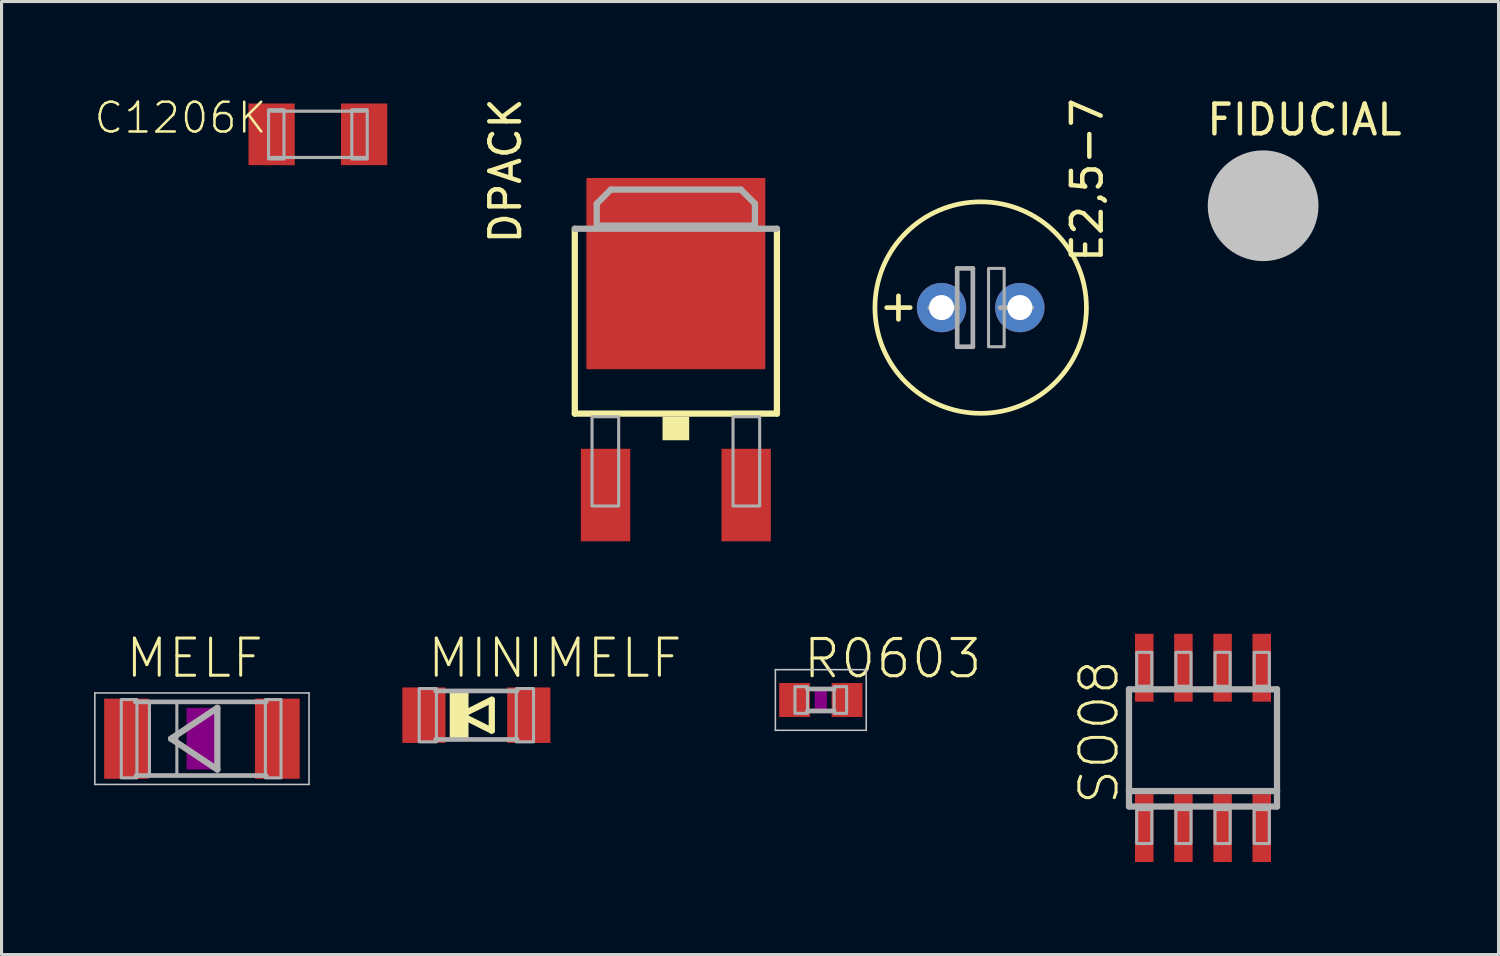
<source format=kicad_pcb>
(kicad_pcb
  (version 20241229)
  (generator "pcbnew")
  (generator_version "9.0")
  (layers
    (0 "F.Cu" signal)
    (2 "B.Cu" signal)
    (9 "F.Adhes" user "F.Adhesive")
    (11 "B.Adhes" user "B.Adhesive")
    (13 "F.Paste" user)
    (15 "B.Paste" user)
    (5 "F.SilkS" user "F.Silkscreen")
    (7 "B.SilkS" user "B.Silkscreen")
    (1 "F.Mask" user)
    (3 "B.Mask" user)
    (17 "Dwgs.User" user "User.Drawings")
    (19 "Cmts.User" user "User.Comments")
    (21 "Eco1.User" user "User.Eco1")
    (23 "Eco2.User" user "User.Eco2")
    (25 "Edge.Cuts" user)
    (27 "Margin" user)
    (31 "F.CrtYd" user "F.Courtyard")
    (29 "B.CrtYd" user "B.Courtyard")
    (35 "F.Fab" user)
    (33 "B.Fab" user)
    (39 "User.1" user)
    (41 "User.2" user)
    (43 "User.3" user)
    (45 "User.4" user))
  (footprint "R0603"
    (layer "F.Cu")
    (at 23.566 19.649)
    (property "Reference" "R0603" (at -0.635 -0.635 0) (layer "F.SilkS") (effects (font (size 1.206 1.206) (thickness 0.102)) (justify left bottom)))
    (attr through_hole)
    (fp_poly (pts (xy -0.2 0.4) (xy 0.2 0.4) (xy 0.2 -0.4) (xy -0.2 -0.4)) (stroke (width 0) (type solid)) (fill yes) (layer "F.Adhes"))
    (fp_line (start -1.473 -0.983) (end 1.473 -0.983) (stroke (width 0.051) (type solid)) (layer "Dwgs.User"))
    (fp_line (start -1.473 0.983) (end -1.473 -0.983) (stroke (width 0.051) (type solid)) (layer "Dwgs.User"))
    (fp_line (start 1.473 -0.983) (end 1.473 0.983) (stroke (width 0.051) (type solid)) (layer "Dwgs.User"))
    (fp_line (start 1.473 0.983) (end -1.473 0.983) (stroke (width 0.051) (type solid)) (layer "Dwgs.User"))
    (fp_line (start -0.432 0.356) (end 0.432 0.356) (stroke (width 0.152) (type solid)) (layer "F.Fab"))
    (fp_line (start 0.432 -0.356) (end -0.432 -0.356) (stroke (width 0.152) (type solid)) (layer "F.Fab"))
    (fp_poly (pts (xy -0.838 0.432) (xy -0.432 0.432) (xy -0.432 -0.432) (xy -0.838 -0.432)) (stroke (width 0.1) (type solid)) (fill no) (layer "F.Fab"))
    (fp_poly (pts (xy 0.432 0.432) (xy 0.838 0.432) (xy 0.838 -0.432) (xy 0.432 -0.432)) (stroke (width 0.1) (type solid)) (fill no) (layer "F.Fab"))
    (pad "1" smd rect (at -0.85 0) (size 1 1.1) (layers "F.Cu" "F.Mask" "F.Paste"))
    (pad "2" smd rect (at 0.85 0) (size 1 1.1) (layers "F.Cu" "F.Mask" "F.Paste")))
  (footprint "DPACK"
    (layer "F.Cu")
    (at 18.866 8.203)
    (property "Reference" "DPACK" (at -4.959 -3.273 270) (layer "F.SilkS") (effects (font (size 0.965 0.965) (thickness 0.145)) (justify left bottom)))
    (attr through_hole)
    (fp_line (start -3.277 2.159) (end -3.277 -3.835) (stroke (width 0.203) (type solid)) (layer "F.SilkS"))
    (fp_line (start 3.277 -3.835) (end 3.277 2.159) (stroke (width 0.203) (type solid)) (layer "F.SilkS"))
    (fp_line (start 3.277 2.159) (end -3.277 2.159) (stroke (width 0.203) (type solid)) (layer "F.SilkS"))
    (fp_poly (pts (xy -0.432 3.023) (xy 0.432 3.023) (xy 0.432 2.261) (xy -0.432 2.261)) (stroke (width 0) (type solid)) (fill yes) (layer "F.SilkS"))
    (fp_line (start -3.277 -3.835) (end 3.277 -3.835) (stroke (width 0.203) (type solid)) (layer "F.Fab"))
    (fp_line (start -2.565 -4.648) (end -2.108 -5.105) (stroke (width 0.203) (type solid)) (layer "F.Fab"))
    (fp_line (start -2.565 -3.937) (end -2.565 -4.648) (stroke (width 0.203) (type solid)) (layer "F.Fab"))
    (fp_line (start -2.108 -5.105) (end 2.108 -5.105) (stroke (width 0.203) (type solid)) (layer "F.Fab"))
    (fp_line (start 2.108 -5.105) (end 2.565 -4.648) (stroke (width 0.203) (type solid)) (layer "F.Fab"))
    (fp_line (start 2.565 -4.648) (end 2.565 -3.937) (stroke (width 0.203) (type solid)) (layer "F.Fab"))
    (fp_line (start 2.565 -3.937) (end -2.565 -3.937) (stroke (width 0.203) (type solid)) (layer "F.Fab"))
    (fp_poly (pts (xy -2.718 5.156) (xy -1.854 5.156) (xy -1.854 2.261) (xy -2.718 2.261)) (stroke (width 0.1) (type solid)) (fill no) (layer "F.Fab"))
    (fp_poly (pts (xy 1.854 5.156) (xy 2.718 5.156) (xy 2.718 2.261) (xy 1.854 2.261)) (stroke (width 0.1) (type solid)) (fill no) (layer "F.Fab"))
    (fp_poly (pts (xy -2.565 -3.937) (xy -2.565 -4.648) (xy -2.108 -5.105) (xy 2.108 -5.105) (xy 2.565 -4.648) (xy 2.565 -3.937)) (stroke (width 0.1) (type solid)) (fill no) (layer "F.Fab"))
    (pad "1" smd rect (at -2.28 4.8) (size 1.6 3) (layers "F.Cu" "F.Mask" "F.Paste"))
    (pad "3" smd rect (at 2.28 4.8) (size 1.6 3) (layers "F.Cu" "F.Mask" "F.Paste"))
    (pad "4" smd rect (at 0 -2.38) (size 5.8 6.2) (layers "F.Cu" "F.Mask" "F.Paste")))
  (footprint "FIDUCIAL"
    (layer "F.Cu")
    (at 37.91 3.622)
    (property "Reference" "FIDUCIAL" (at -1.905 -2.223 0) (layer "F.SilkS") (effects (font (size 0.965 0.965) (thickness 0.145)) (justify left bottom)))
    (attr through_hole)
    (fp_circle (center 0 0) (end 0.898 0) (stroke (width 1.796) (type solid)) (fill no) (layer "F.Mask"))
    (fp_circle (center 0 0) (end 0.898 0) (stroke (width 1.796) (type solid)) (fill no) (layer "Dwgs.User"))
    (pad "P$1" smd roundrect (at 0 0) (size 1.5 1.5) (layers "F.Cu" "F.Mask") (roundrect_rratio 0.5)))
  (footprint "MINIMELF"
    (layer "F.Cu")
    (at 12.397 20.142)
    (property "Reference" "MINIMELF" (at -1.651 -1.143 0) (layer "F.SilkS") (effects (font (size 1.206 1.206) (thickness 0.097)) (justify left bottom)))
    (attr through_hole)
    (fp_line (start -0.5 0) (end 0.5 0.5) (stroke (width 0.203) (type solid)) (layer "F.SilkS"))
    (fp_line (start 0.5 -0.5) (end -0.5 0) (stroke (width 0.203) (type solid)) (layer "F.SilkS"))
    (fp_line (start 0.5 0.5) (end 0.5 -0.5) (stroke (width 0.203) (type solid)) (layer "F.SilkS"))
    (fp_poly (pts (xy -0.864 0.787) (xy -0.254 0.787) (xy -0.254 -0.787) (xy -0.864 -0.787)) (stroke (width 0) (type solid)) (fill yes) (layer "F.SilkS"))
    (fp_line (start 1.321 -0.787) (end -1.321 -0.787) (stroke (width 0.152) (type solid)) (layer "F.Fab"))
    (fp_line (start 1.321 0.787) (end -1.321 0.787) (stroke (width 0.152) (type solid)) (layer "F.Fab"))
    (fp_poly (pts (xy -1.854 0.864) (xy -1.295 0.864) (xy -1.295 -0.864) (xy -1.854 -0.864)) (stroke (width 0.1) (type solid)) (fill no) (layer "F.Fab"))
    (fp_poly (pts (xy 1.295 0.864) (xy 1.854 0.864) (xy 1.854 -0.864) (xy 1.295 -0.864)) (stroke (width 0.1) (type solid)) (fill no) (layer "F.Fab"))
    (pad "A" smd rect (at 1.7 0) (size 1.4 1.8) (layers "F.Cu" "F.Mask" "F.Paste"))
    (pad "C" smd rect (at -1.7 0) (size 1.4 1.8) (layers "F.Cu" "F.Mask" "F.Paste")))
  (footprint "C1206K"
    (layer "F.Cu")
    (at 7.258 1.306)
    (property "Reference" "C1206K" (at -1.6 -1.1 0) (layer "F.SilkS") (effects (font (size 0.965 0.965) (thickness 0.081)) (justify right top)))
    (attr through_hole)
    (fp_line (start -1.525 -0.75) (end 1.525 -0.75) (stroke (width 0.102) (type solid)) (layer "F.Fab"))
    (fp_line (start 1.525 0.75) (end -1.525 0.75) (stroke (width 0.102) (type solid)) (layer "F.Fab"))
    (fp_poly (pts (xy -1.6 0.8) (xy -1.1 0.8) (xy -1.1 -0.8) (xy -1.6 -0.8)) (stroke (width 0.1) (type solid)) (fill no) (layer "F.Fab"))
    (fp_poly (pts (xy 1.1 0.8) (xy 1.6 0.8) (xy 1.6 -0.8) (xy 1.1 -0.8)) (stroke (width 0.1) (type solid)) (fill no) (layer "F.Fab"))
    (pad "1" smd rect (at -1.5 0) (size 1.5 2) (layers "F.Cu" "F.Mask" "F.Paste"))
    (pad "2" smd rect (at 1.5 0) (size 1.5 2) (layers "F.Cu" "F.Mask" "F.Paste")))
  (footprint "SO08"
    (layer "F.Cu")
    (at 35.96 21.203)
    (property "Reference" "SO08" (at -2.667 1.905 270) (layer "F.SilkS") (effects (font (size 1.206 1.206) (thickness 0.097)) (justify left bottom)))
    (attr through_hole)
    (fp_line (start -2.4 -1.9) (end 2.4 -1.9) (stroke (width 0.203) (type solid)) (layer "F.Fab"))
    (fp_line (start -2.4 1.4) (end -2.4 -1.9) (stroke (width 0.203) (type solid)) (layer "F.Fab"))
    (fp_line (start -2.4 1.9) (end -2.4 1.4) (stroke (width 0.203) (type solid)) (layer "F.Fab"))
    (fp_line (start 2.4 -1.9) (end 2.4 1.4) (stroke (width 0.203) (type solid)) (layer "F.Fab"))
    (fp_line (start 2.4 1.4) (end -2.4 1.4) (stroke (width 0.203) (type solid)) (layer "F.Fab"))
    (fp_line (start 2.4 1.4) (end 2.4 1.9) (stroke (width 0.203) (type solid)) (layer "F.Fab"))
    (fp_line (start 2.4 1.9) (end -2.4 1.9) (stroke (width 0.203) (type solid)) (layer "F.Fab"))
    (fp_poly (pts (xy -2.15 -2) (xy -1.66 -2) (xy -1.66 -3.1) (xy -2.15 -3.1)) (stroke (width 0.1) (type solid)) (fill no) (layer "F.Fab"))
    (fp_poly (pts (xy -2.15 3.1) (xy -1.66 3.1) (xy -1.66 2) (xy -2.15 2)) (stroke (width 0.1) (type solid)) (fill no) (layer "F.Fab"))
    (fp_poly (pts (xy -0.88 -2) (xy -0.39 -2) (xy -0.39 -3.1) (xy -0.88 -3.1)) (stroke (width 0.1) (type solid)) (fill no) (layer "F.Fab"))
    (fp_poly (pts (xy -0.88 3.1) (xy -0.39 3.1) (xy -0.39 2) (xy -0.88 2)) (stroke (width 0.1) (type solid)) (fill no) (layer "F.Fab"))
    (fp_poly (pts (xy 0.39 -2) (xy 0.88 -2) (xy 0.88 -3.1) (xy 0.39 -3.1)) (stroke (width 0.1) (type solid)) (fill no) (layer "F.Fab"))
    (fp_poly (pts (xy 0.39 3.1) (xy 0.88 3.1) (xy 0.88 2) (xy 0.39 2)) (stroke (width 0.1) (type solid)) (fill no) (layer "F.Fab"))
    (fp_poly (pts (xy 1.66 -2) (xy 2.15 -2) (xy 2.15 -3.1) (xy 1.66 -3.1)) (stroke (width 0.1) (type solid)) (fill no) (layer "F.Fab"))
    (fp_poly (pts (xy 1.66 3.1) (xy 2.15 3.1) (xy 2.15 2) (xy 1.66 2)) (stroke (width 0.1) (type solid)) (fill no) (layer "F.Fab"))
    (pad "1" smd rect (at -1.905 2.6) (size 0.6 2.2) (layers "F.Cu" "F.Mask" "F.Paste"))
    (pad "2" smd rect (at -0.635 2.6) (size 0.6 2.2) (layers "F.Cu" "F.Mask" "F.Paste"))
    (pad "3" smd rect (at 0.635 2.6) (size 0.6 2.2) (layers "F.Cu" "F.Mask" "F.Paste"))
    (pad "4" smd rect (at 1.905 2.6) (size 0.6 2.2) (layers "F.Cu" "F.Mask" "F.Paste"))
    (pad "5" smd rect (at 1.905 -2.6) (size 0.6 2.2) (layers "F.Cu" "F.Mask" "F.Paste"))
    (pad "6" smd rect (at 0.635 -2.6) (size 0.6 2.2) (layers "F.Cu" "F.Mask" "F.Paste"))
    (pad "7" smd rect (at -0.635 -2.6) (size 0.6 2.2) (layers "F.Cu" "F.Mask" "F.Paste"))
    (pad "8" smd rect (at -1.905 -2.6) (size 0.6 2.2) (layers "F.Cu" "F.Mask" "F.Paste")))
  (footprint "MELF"
    (layer "F.Cu")
    (at 3.498 20.904)
    (property "Reference" "MELF" (at -2.54 -1.905 180) (layer "F.SilkS") (effects (font (size 1.206 1.206) (thickness 0.097)) (justify left bottom)))
    (attr through_hole)
    (fp_poly (pts (xy -0.5 1) (xy 0.5 1) (xy 0.5 -1) (xy -0.5 -1)) (stroke (width 0) (type solid)) (fill yes) (layer "F.Adhes"))
    (fp_line (start -3.473 -1.483) (end 3.473 -1.483) (stroke (width 0.051) (type solid)) (layer "Dwgs.User"))
    (fp_line (start -3.473 1.483) (end -3.473 -1.483) (stroke (width 0.051) (type solid)) (layer "Dwgs.User"))
    (fp_line (start 3.473 -1.483) (end 3.473 1.483) (stroke (width 0.051) (type solid)) (layer "Dwgs.User"))
    (fp_line (start 3.473 1.483) (end -3.473 1.483) (stroke (width 0.051) (type solid)) (layer "Dwgs.User"))
    (fp_line (start -1 0) (end 0.5 1) (stroke (width 0.203) (type solid)) (layer "F.Fab"))
    (fp_line (start 0.5 -1) (end -1 0) (stroke (width 0.203) (type solid)) (layer "F.Fab"))
    (fp_line (start 0.5 1) (end 0.5 -1) (stroke (width 0.203) (type solid)) (layer "F.Fab"))
    (fp_line (start 2.083 -1.194) (end -2.159 -1.194) (stroke (width 0.152) (type solid)) (layer "F.Fab"))
    (fp_line (start 2.083 1.194) (end -2.134 1.194) (stroke (width 0.152) (type solid)) (layer "F.Fab"))
    (fp_poly (pts (xy -2.616 1.27) (xy -2.108 1.27) (xy -2.108 -1.27) (xy -2.616 -1.27)) (stroke (width 0.1) (type solid)) (fill no) (layer "F.Fab"))
    (fp_poly (pts (xy -1.702 1.194) (xy -0.813 1.194) (xy -0.813 -1.194) (xy -1.702 -1.194)) (stroke (width 0.1) (type solid)) (fill no) (layer "F.Fab"))
    (fp_poly (pts (xy 2.057 1.27) (xy 2.565 1.27) (xy 2.565 -1.27) (xy 2.057 -1.27)) (stroke (width 0.1) (type solid)) (fill no) (layer "F.Fab"))
    (pad "1" smd rect (at -2.445 0) (size 1.45 2.6) (layers "F.Cu" "F.Mask" "F.Paste"))
    (pad "2" smd rect (at 2.445 0) (size 1.45 2.6) (layers "F.Cu" "F.Mask" "F.Paste")))
  (footprint "E2,5-7"
    (layer "F.Cu")
    (at 28.751 6.924)
    (property "Reference" "E2,5-7" (at 4.016 -1.397 90) (layer "F.SilkS") (effects (font (size 0.965 0.965) (thickness 0.145)) (justify left bottom)))
    (attr through_hole)
    (fp_line (start -3.048 0) (end -2.286 0) (stroke (width 0.152) (type solid)) (layer "F.SilkS"))
    (fp_line (start -2.667 0.381) (end -2.667 -0.381) (stroke (width 0.152) (type solid)) (layer "F.SilkS"))
    (fp_circle (center 0 0) (end 3.429 0) (stroke (width 0.152) (type solid)) (fill no) (layer "F.SilkS"))
    (fp_line (start -1.651 0) (end -0.762 0) (stroke (width 0.152) (type solid)) (layer "F.Fab"))
    (fp_line (start -0.762 -1.27) (end -0.762 0) (stroke (width 0.152) (type solid)) (layer "F.Fab"))
    (fp_line (start -0.762 0) (end -0.762 1.27) (stroke (width 0.152) (type solid)) (layer "F.Fab"))
    (fp_line (start -0.762 1.27) (end -0.254 1.27) (stroke (width 0.152) (type solid)) (layer "F.Fab"))
    (fp_line (start -0.254 -1.27) (end -0.762 -1.27) (stroke (width 0.152) (type solid)) (layer "F.Fab"))
    (fp_line (start -0.254 1.27) (end -0.254 -1.27) (stroke (width 0.152) (type solid)) (layer "F.Fab"))
    (fp_line (start 0.635 0) (end 1.651 0) (stroke (width 0.152) (type solid)) (layer "F.Fab"))
    (fp_poly (pts (xy 0.254 1.27) (xy 0.762 1.27) (xy 0.762 -1.27) (xy 0.254 -1.27)) (stroke (width 0.1) (type solid)) (fill no) (layer "F.Fab"))
    (pad "+" thru_hole circle (at -1.27 0) (size 1.6 1.6) (drill 0.813) (layers "*.Cu" "*.Mask"))
    (pad "-" thru_hole circle (at 1.27 0) (size 1.6 1.6) (drill 0.813) (layers "*.Cu" "*.Mask")))
  (gr_rect
    (start -3 -3)
    (end 45.543 27.903)
    (stroke (width 0.1) (type default))
    (fill no)
    (layer "Edge.Cuts")))
</source>
